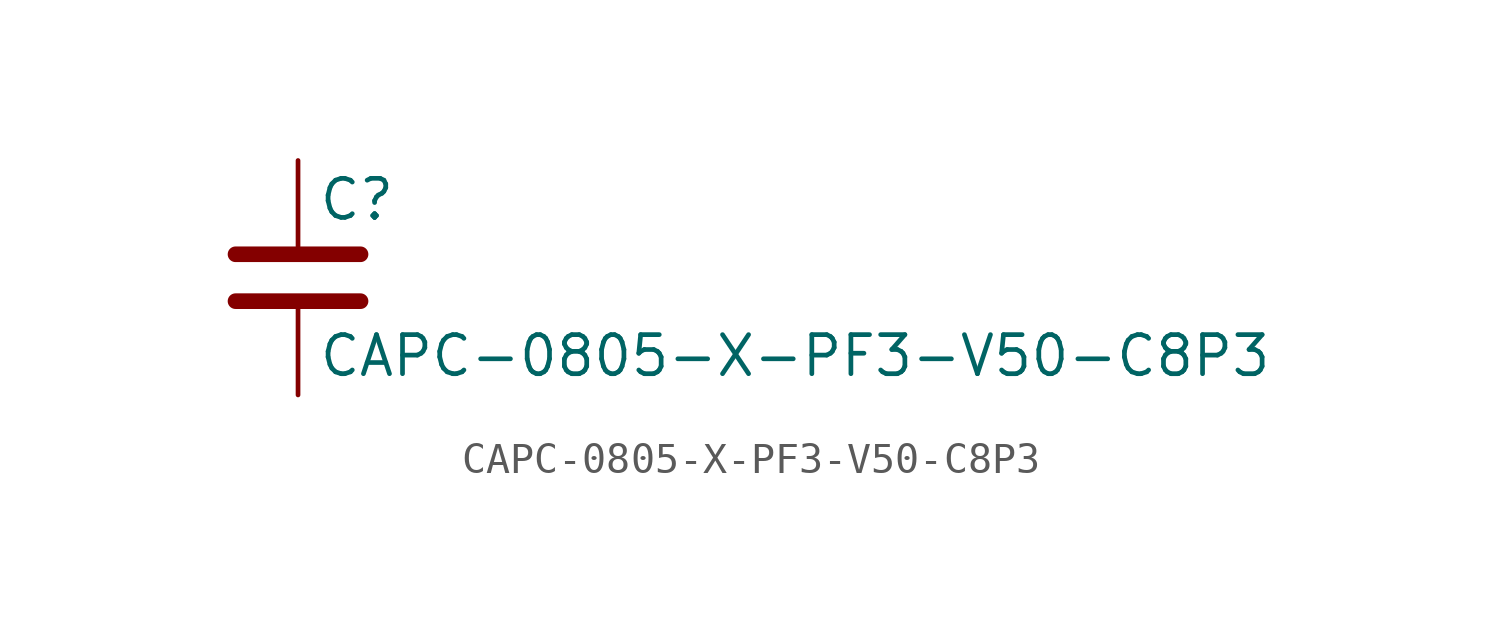
<source format=kicad_sym>
(kicad_symbol_lib
  (version 20211014)
  (generator kicad_symbol_editor)
  (symbol "CAPC-0805-X-PF3-V50-C8P3"
    (pin_numbers hide)
    (pin_names
      (offset 0.254))
    (property "Reference" "C"
      (at 0.635 2.54 0)
      (effects (font (size 1.27 1.27)) (justify left)))
    (property "Value" "CAPC-0805-X-PF3-V50-C8P3"
      (at 0.635 -2.54 0)
      (effects (font (size 1.27 1.27)) (justify left)))
    (symbol "CAPC-0805-X-PF3-V50-C8P3_0_1"
      (polyline (pts (xy -2.032 -0.762) (xy 2.032 -0.762)) (stroke (width 0.508) (type default) (color 0 0 0 0)) (fill (type none)))
      (polyline (pts (xy -2.032 0.762) (xy 2.032 0.762)) (stroke (width 0.508) (type default) (color 0 0 0 0)) (fill (type none))))
    (symbol "CAPC-0805-X-PF3-V50-C8P3_1_1"
      (pin passive line (at 0 3.81 270) (length 2.794) (name "~" (effects (font (size 1.27 1.27)))) (number "1" (effects (font (size 1.27 1.27)))))
      (pin passive line (at 0 -3.81 90) (length 2.794) (name "~" (effects (font (size 1.27 1.27)))) (number "2" (effects (font (size 1.27 1.27))))))))
</source>
